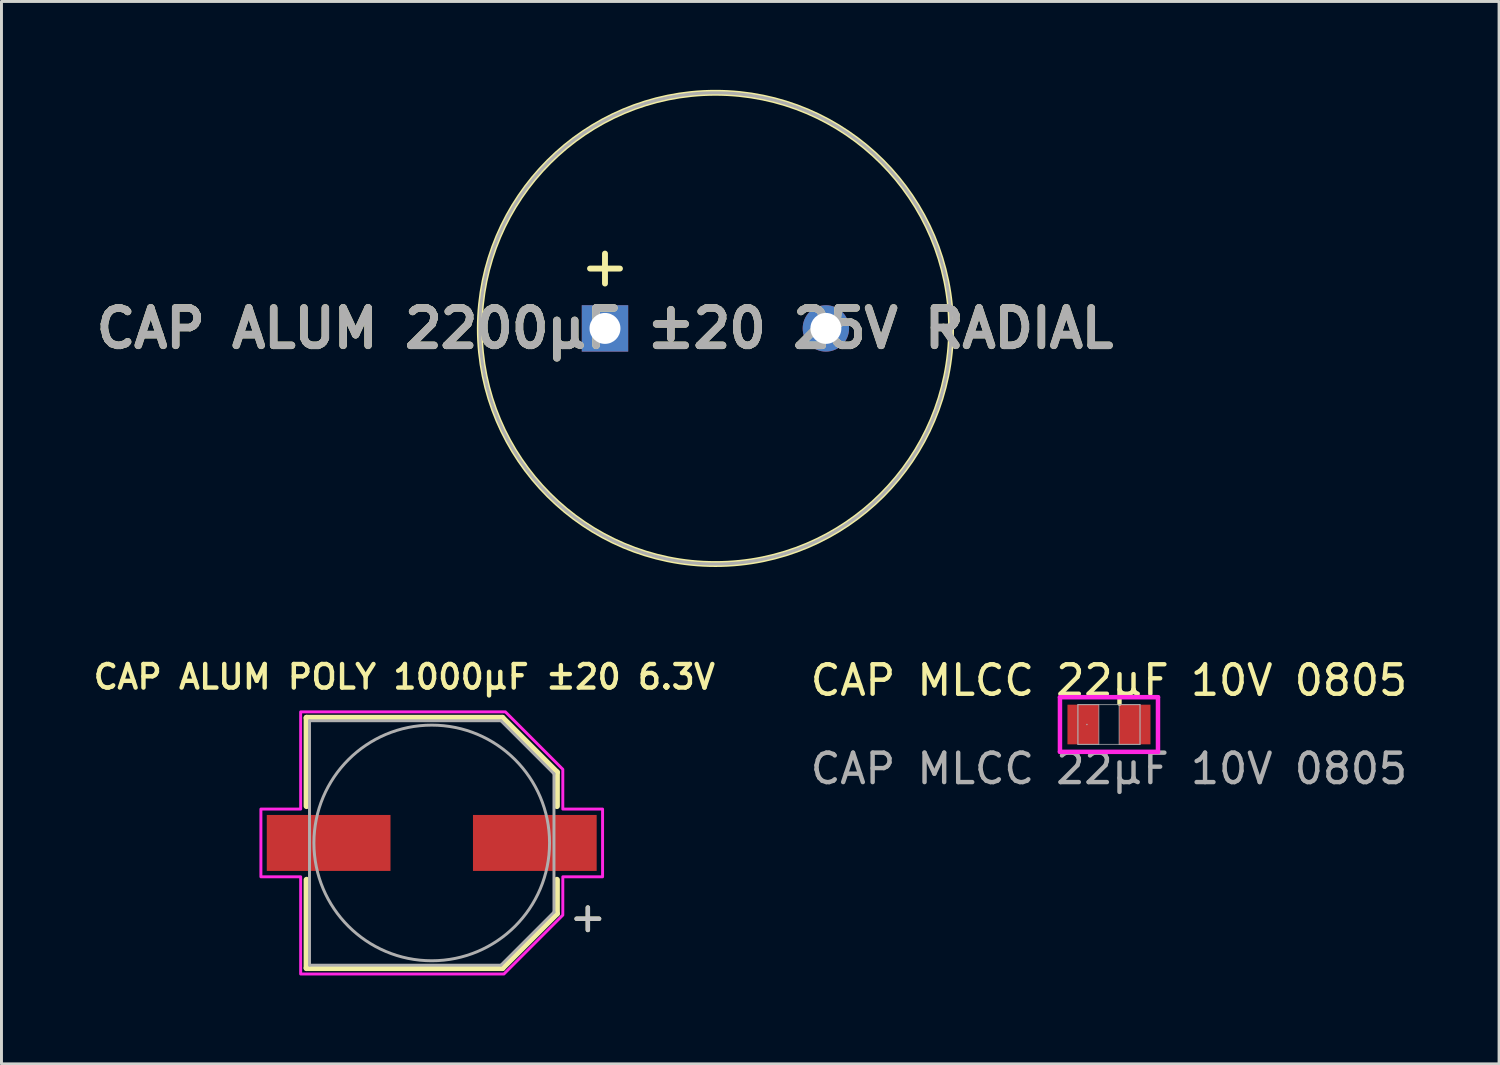
<source format=kicad_pcb>
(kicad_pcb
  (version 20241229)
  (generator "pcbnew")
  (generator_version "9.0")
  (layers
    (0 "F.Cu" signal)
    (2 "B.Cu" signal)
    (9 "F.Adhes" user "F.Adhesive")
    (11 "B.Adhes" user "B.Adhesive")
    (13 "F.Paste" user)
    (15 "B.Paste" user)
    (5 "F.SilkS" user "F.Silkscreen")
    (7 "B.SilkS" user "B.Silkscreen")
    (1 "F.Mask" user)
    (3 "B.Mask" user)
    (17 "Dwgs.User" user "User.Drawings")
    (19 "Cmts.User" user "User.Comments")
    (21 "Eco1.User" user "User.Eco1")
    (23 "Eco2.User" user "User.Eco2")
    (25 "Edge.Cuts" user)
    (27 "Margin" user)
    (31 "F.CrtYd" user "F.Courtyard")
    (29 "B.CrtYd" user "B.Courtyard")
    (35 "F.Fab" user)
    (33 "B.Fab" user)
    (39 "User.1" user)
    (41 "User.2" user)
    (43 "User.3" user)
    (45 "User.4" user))
  (footprint "CAP MLCC 22μF 10V 0805"
    (layer "F.Cu")
    (at 34.601 21.548)
    (property "Reference" "CAP MLCC 22μF 10V 0805" (at 0 -1.5 0) (unlocked yes) (layer "F.SilkS") (effects (font (size 1 1) (thickness 0.15))))
    (attr smd)
    (fp_line (start -1.664 -0.927) (end 1.664 -0.927) (stroke (width 0.152) (type solid)) (layer "F.CrtYd"))
    (fp_line (start -1.664 0.927) (end -1.664 -0.927) (stroke (width 0.152) (type solid)) (layer "F.CrtYd"))
    (fp_line (start 1.664 -0.927) (end 1.664 0.927) (stroke (width 0.152) (type solid)) (layer "F.CrtYd"))
    (fp_line (start 1.664 0.927) (end -1.664 0.927) (stroke (width 0.152) (type solid)) (layer "F.CrtYd"))
    (fp_line (start -1.054 -0.673) (end -1.054 0.673) (stroke (width 0.025) (type solid)) (layer "F.Fab"))
    (fp_line (start -1.054 -0.673) (end -1.054 0.673) (stroke (width 0.025) (type solid)) (layer "F.Fab"))
    (fp_line (start -1.054 0.673) (end -0.343 0.673) (stroke (width 0.025) (type solid)) (layer "F.Fab"))
    (fp_line (start -1.054 0.673) (end 1.054 0.673) (stroke (width 0.025) (type solid)) (layer "F.Fab"))
    (fp_line (start -0.343 -0.673) (end -1.054 -0.673) (stroke (width 0.025) (type solid)) (layer "F.Fab"))
    (fp_line (start -0.343 0.673) (end -0.343 -0.673) (stroke (width 0.025) (type solid)) (layer "F.Fab"))
    (fp_line (start 0.343 -0.673) (end 0.343 0.673) (stroke (width 0.025) (type solid)) (layer "F.Fab"))
    (fp_line (start 0.343 0.673) (end 1.054 0.673) (stroke (width 0.025) (type solid)) (layer "F.Fab"))
    (fp_line (start 1.054 -0.673) (end -1.054 -0.673) (stroke (width 0.025) (type solid)) (layer "F.Fab"))
    (fp_line (start 1.054 -0.673) (end 0.343 -0.673) (stroke (width 0.025) (type solid)) (layer "F.Fab"))
    (fp_line (start 1.054 0.673) (end 1.054 -0.673) (stroke (width 0.025) (type solid)) (layer "F.Fab"))
    (fp_line (start 1.054 0.673) (end 1.054 -0.673) (stroke (width 0.025) (type solid)) (layer "F.Fab"))
    (fp_circle (center -0.749 0) (end -0.749 0) (stroke (width 0.025) (type solid)) (fill no) (layer "F.Fab"))
    (fp_text user "${REFERENCE}" (at 0 1.5 0) (unlocked yes) (layer "F.Fab") (effects (font (size 1 1) (thickness 0.15))))
    (pad "1" smd rect (at -0.876 0) (size 1.067 1.346) (layers "F.Cu" "F.Mask" "F.Paste"))
    (pad "2" smd rect (at 0.876 0) (size 1.067 1.346) (layers "F.Cu" "F.Mask" "F.Paste"))
    (zone (net_name "") (layer "F.Cu") (hatch full 0.508) (connect_pads) (min_thickness 0.254) (filled_areas_thickness no) (keepout (tracks not_allowed) (vias not_allowed) (pads allowed) (copperpour not_allowed) (footprints allowed)) (placement (enabled no)) (fill) (polygon (pts (xy 34.309 20.926) (xy 34.893 20.926) (xy 34.893 22.171) (xy 34.309 22.171)))))
  (footprint "CAP ALUM POLY 1000μF ±20 6.3V"
    (layer "F.Cu")
    (at 11.608 25.569)
    (property "Reference" "CAP ALUM POLY 1000μF ±20 6.3V" (at -0.93 -5.638 0) (layer "F.SilkS") (effects (font (size 0.8 0.8) (thickness 0.15))))
    (attr smd)
    (fp_line (start -4.25 -4.25) (end -4.25 -1.25) (stroke (width 0.2) (type solid)) (layer "F.SilkS"))
    (fp_line (start -4.25 -4.25) (end 2.4 -4.25) (stroke (width 0.2) (type solid)) (layer "F.SilkS"))
    (fp_line (start -4.25 4.25) (end -4.25 1.25) (stroke (width 0.2) (type solid)) (layer "F.SilkS"))
    (fp_line (start -4.25 4.25) (end 2.4 4.25) (stroke (width 0.2) (type solid)) (layer "F.SilkS"))
    (fp_line (start 2.4 -4.25) (end 4.25 -2.4) (stroke (width 0.2) (type solid)) (layer "F.SilkS"))
    (fp_line (start 2.4 4.25) (end 4.25 2.4) (stroke (width 0.2) (type solid)) (layer "F.SilkS"))
    (fp_line (start 4.25 -2.4) (end 4.25 -1.25) (stroke (width 0.2) (type solid)) (layer "F.SilkS"))
    (fp_line (start 4.25 2.4) (end 4.25 1.25) (stroke (width 0.2) (type solid)) (layer "F.SilkS"))
    (fp_poly (pts (xy -4.45 -4.45) (xy -4.45 -1.15) (xy -5.8 -1.15) (xy -5.8 1.15) (xy -4.45 1.15) (xy -4.45 4.45) (xy 2.45 4.45) (xy 4.45 2.45) (xy 4.45 1.15) (xy 5.8 1.15) (xy 5.8 -1.15) (xy 4.45 -1.15) (xy 4.45 -2.5) (xy 2.5 -4.45)) (stroke (width 0.1) (type solid)) (fill no) (layer "F.CrtYd"))
    (fp_line (start -4.15 -4.15) (end -4.15 4.15) (stroke (width 0.1) (type solid)) (layer "F.Fab"))
    (fp_line (start -4.15 4.15) (end 2.35 4.15) (stroke (width 0.1) (type solid)) (layer "F.Fab"))
    (fp_line (start 2.35 -4.15) (end -4.15 -4.15) (stroke (width 0.1) (type solid)) (layer "F.Fab"))
    (fp_line (start 2.35 4.15) (end 4.15 2.35) (stroke (width 0.1) (type solid)) (layer "F.Fab"))
    (fp_line (start 4.15 -2.35) (end 2.35 -4.15) (stroke (width 0.1) (type solid)) (layer "F.Fab"))
    (fp_line (start 4.15 2.35) (end 4.15 -2.35) (stroke (width 0.1) (type solid)) (layer "F.Fab"))
    (fp_circle (center 0 0) (end 4 0) (stroke (width 0.1) (type solid)) (fill no) (layer "F.Fab"))
    (fp_text user "+" (at 5.3 2.5 0) (layer "F.SilkS") (effects (font (size 1 1) (thickness 0.15))))
    (fp_text user "+" (at 5.3 2.5 0) (layer "Dwgs.User") (effects (font (size 1 1) (thickness 0.15))))
    (pad "1" smd rect (at 3.5 0) (size 4.2 1.9) (layers "F.Cu" "F.Mask" "F.Paste"))
    (pad "2" smd rect (at -3.5 0) (size 4.2 1.9) (layers "F.Cu" "F.Mask" "F.Paste")))
  (footprint "CAP ALUM 2200μF ±20 25V RADIAL"
    (layer "F.Cu")
    (at 17.49 8.1)
    (property "Reference" "CAP ALUM 2200μF ±20 25V RADIAL" (at 0 0 0) (layer "F.SilkS") (effects (font (size 1.27 1.27) (thickness 0.254))))
    (attr through_hole)
    (fp_line (start 0 -2.54) (end 0 -1.524) (stroke (width 0.2) (type default)) (layer "F.SilkS"))
    (fp_line (start 0.508 -2.032) (end -0.508 -2.032) (stroke (width 0.2) (type default)) (layer "F.SilkS"))
    (fp_circle (center 3.75 0) (end 3.75 8) (stroke (width 0.2) (type solid)) (fill no) (layer "F.SilkS"))
    (fp_circle (center 3.75 0) (end 3.75 8) (stroke (width 0.1) (type solid)) (fill no) (layer "F.Fab"))
    (fp_text user "${REFERENCE}" (at 0 0 0) (layer "F.Fab") (effects (font (size 1.27 1.27) (thickness 0.254))))
    (pad "1" thru_hole rect (at 0 0) (size 1.575 1.575) (drill 1.05) (layers "*.Cu" "*.Mask"))
    (pad "2" thru_hole circle (at 7.5 0) (size 1.575 1.575) (drill 1.05) (layers "*.Cu" "*.Mask")))
  (gr_rect
    (start -3 -3)
    (end 47.845 33.069)
    (stroke (width 0.1) (type default))
    (fill no)
    (layer "Edge.Cuts")))
</source>
